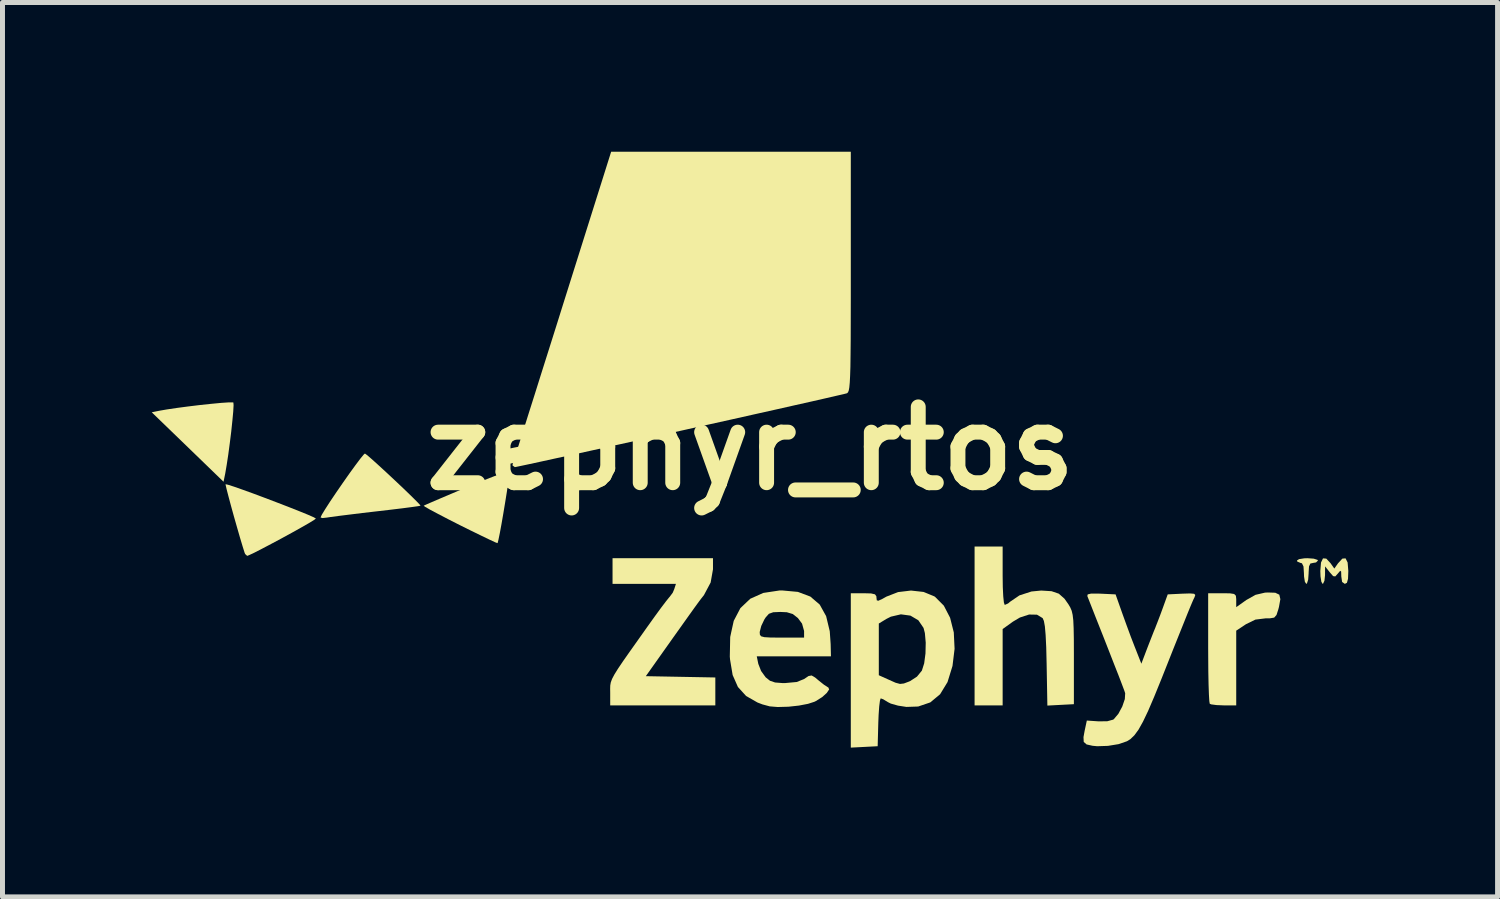
<source format=kicad_pcb>
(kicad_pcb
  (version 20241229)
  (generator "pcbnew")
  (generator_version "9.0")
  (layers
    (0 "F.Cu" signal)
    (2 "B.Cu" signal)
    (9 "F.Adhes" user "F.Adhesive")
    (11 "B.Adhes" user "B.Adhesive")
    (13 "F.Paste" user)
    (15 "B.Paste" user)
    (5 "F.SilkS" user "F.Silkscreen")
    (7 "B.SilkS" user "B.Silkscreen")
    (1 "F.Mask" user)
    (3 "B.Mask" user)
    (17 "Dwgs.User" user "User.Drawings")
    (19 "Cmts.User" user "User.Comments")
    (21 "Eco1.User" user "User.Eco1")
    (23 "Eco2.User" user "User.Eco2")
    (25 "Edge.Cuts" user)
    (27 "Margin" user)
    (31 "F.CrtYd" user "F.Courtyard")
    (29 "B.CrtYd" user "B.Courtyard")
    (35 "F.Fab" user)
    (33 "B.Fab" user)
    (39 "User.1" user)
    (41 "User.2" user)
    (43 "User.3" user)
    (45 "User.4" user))
  (footprint "zephyr_rtos"
    (layer "F.Cu")
    (at 12.032 5.963)
    (property "Reference" "zephyr_rtos" (at 0 0 0) (layer "F.SilkS") (effects (font (size 1.524 1.524) (thickness 0.3))))
    (attr board_only exclude_from_pos_files exclude_from_bom)
    (fp_poly (pts (xy -10.391 -0.922) (xy -10.387 -0.869) (xy -10.394 -0.741) (xy -10.411 -0.559) (xy -10.434 -0.341) (xy -10.463 -0.107) (xy -10.494 0.125) (xy -10.526 0.335) (xy -10.555 0.505) (xy -10.559 0.525) (xy -10.589 0.67) (xy -11.31 -0.028) (xy -12.032 -0.726) (xy -11.885 -0.756) (xy -11.731 -0.783) (xy -11.53 -0.813) (xy -11.302 -0.843) (xy -11.064 -0.872) (xy -10.836 -0.896) (xy -10.637 -0.915) (xy -10.486 -0.925) (xy -10.401 -0.925)) (stroke (width 0) (type solid)) (fill yes) (layer "F.SilkS"))
    (fp_poly (pts (xy 11.324 2.216) (xy 11.399 2.24) (xy 11.409 2.254) (xy 11.37 2.292) (xy 11.315 2.301) (xy 11.256 2.314) (xy 11.229 2.372) (xy 11.221 2.497) (xy 11.221 2.512) (xy 11.212 2.638) (xy 11.188 2.713) (xy 11.174 2.723) (xy 11.146 2.681) (xy 11.129 2.575) (xy 11.127 2.512) (xy 11.118 2.373) (xy 11.087 2.309) (xy 11.057 2.301) (xy 10.994 2.275) (xy 10.986 2.254) (xy 11.028 2.226) (xy 11.134 2.209) (xy 11.198 2.207)) (stroke (width 0) (type solid)) (fill yes) (layer "F.SilkS"))
    (fp_poly (pts (xy -4.845 0.49) (xy -4.845 0.49) (xy -4.849 0.551) (xy -4.866 0.683) (xy -4.893 0.865) (xy -4.927 1.077) (xy -4.964 1.3) (xy -5.001 1.514) (xy -5.035 1.699) (xy -5.063 1.835) (xy -5.08 1.901) (xy -5.082 1.904) (xy -5.126 1.888) (xy -5.24 1.835) (xy -5.41 1.753) (xy -5.623 1.649) (xy -5.839 1.542) (xy -6.077 1.421) (xy -6.282 1.314) (xy -6.44 1.23) (xy -6.539 1.173) (xy -6.566 1.152) (xy -6.52 1.13) (xy -6.4 1.078) (xy -6.221 1.001) (xy -5.995 0.905) (xy -5.737 0.796) (xy -5.704 0.782) (xy -5.385 0.651) (xy -5.146 0.558) (xy -4.979 0.501) (xy -4.881 0.479)) (stroke (width 0) (type solid)) (fill yes) (layer "F.SilkS"))
    (fp_poly (pts (xy 12.005 2.293) (xy 12.019 2.463) (xy 12.019 2.465) (xy 12.013 2.621) (xy 11.991 2.701) (xy 11.949 2.723) (xy 11.894 2.684) (xy 11.878 2.573) (xy 11.875 2.475) (xy 11.856 2.46) (xy 11.809 2.515) (xy 11.757 2.573) (xy 11.714 2.567) (xy 11.648 2.492) (xy 11.645 2.488) (xy 11.552 2.371) (xy 11.551 2.547) (xy 11.539 2.66) (xy 11.511 2.72) (xy 11.503 2.723) (xy 11.477 2.681) (xy 11.46 2.571) (xy 11.456 2.465) (xy 11.47 2.294) (xy 11.51 2.21) (xy 11.576 2.215) (xy 11.664 2.31) (xy 11.664 2.311) (xy 11.738 2.415) (xy 11.811 2.311) (xy 11.899 2.215) (xy 11.964 2.21)) (stroke (width 0) (type solid)) (fill yes) (layer "F.SilkS"))
    (fp_poly (pts (xy -10.5 0.73) (xy -10.381 0.768) (xy -10.207 0.829) (xy -9.994 0.906) (xy -9.756 0.995) (xy -9.512 1.088) (xy -9.276 1.179) (xy -9.064 1.263) (xy -8.892 1.333) (xy -8.776 1.384) (xy -8.733 1.409) (xy -8.733 1.41) (xy -8.772 1.44) (xy -8.877 1.504) (xy -9.033 1.593) (xy -9.221 1.698) (xy -9.426 1.81) (xy -9.632 1.92) (xy -9.82 2.019) (xy -9.974 2.098) (xy -10.079 2.147) (xy -10.114 2.16) (xy -10.154 2.123) (xy -10.164 2.101) (xy -10.204 1.974) (xy -10.257 1.797) (xy -10.317 1.589) (xy -10.38 1.368) (xy -10.439 1.154) (xy -10.49 0.964) (xy -10.528 0.817) (xy -10.547 0.733) (xy -10.548 0.72)) (stroke (width 0) (type solid)) (fill yes) (layer "F.SilkS"))
    (fp_poly (pts (xy -7.699 0.138) (xy -7.6 0.224) (xy -7.465 0.346) (xy -7.305 0.493) (xy -7.137 0.65) (xy -6.972 0.806) (xy -6.826 0.947) (xy -6.712 1.06) (xy -6.643 1.132) (xy -6.63 1.152) (xy -6.678 1.161) (xy -6.806 1.179) (xy -6.997 1.204) (xy -7.237 1.233) (xy -7.511 1.265) (xy -7.512 1.265) (xy -7.796 1.298) (xy -8.056 1.33) (xy -8.274 1.357) (xy -8.432 1.378) (xy -8.51 1.39) (xy -8.602 1.4) (xy -8.639 1.388) (xy -8.614 1.333) (xy -8.545 1.22) (xy -8.445 1.065) (xy -8.323 0.884) (xy -8.19 0.691) (xy -8.058 0.503) (xy -7.936 0.335) (xy -7.836 0.202) (xy -7.769 0.121) (xy -7.747 0.103)) (stroke (width 0) (type solid)) (fill yes) (layer "F.SilkS"))
    (fp_poly (pts (xy 10.551 2.901) (xy 10.632 2.94) (xy 10.653 3.03) (xy 10.625 3.186) (xy 10.613 3.232) (xy 10.576 3.347) (xy 10.529 3.401) (xy 10.437 3.416) (xy 10.354 3.416) (xy 10.151 3.441) (xy 9.959 3.535) (xy 9.955 3.538) (xy 9.766 3.663) (xy 9.766 5.165) (xy 9.515 5.165) (xy 9.369 5.159) (xy 9.264 5.145) (xy 9.234 5.133) (xy 9.225 5.079) (xy 9.217 4.945) (xy 9.21 4.744) (xy 9.205 4.489) (xy 9.203 4.195) (xy 9.202 4.006) (xy 9.202 2.911) (xy 9.484 2.911) (xy 9.64 2.913) (xy 9.724 2.926) (xy 9.759 2.961) (xy 9.766 3.029) (xy 9.766 3.051) (xy 9.766 3.191) (xy 9.969 3.047) (xy 10.154 2.943) (xy 10.343 2.899) (xy 10.402 2.896)) (stroke (width 0) (type solid)) (fill yes) (layer "F.SilkS"))
    (fp_poly (pts (xy -0.751 2.43) (xy -0.798 2.695) (xy -0.933 2.949) (xy -0.989 3.02) (xy -1.03 3.074) (xy -1.116 3.192) (xy -1.237 3.361) (xy -1.385 3.569) (xy -1.551 3.802) (xy -1.568 3.826) (xy -2.101 4.578) (xy -1.403 4.591) (xy -0.704 4.604) (xy -0.704 5.165) (xy -2.817 5.165) (xy -2.817 4.906) (xy -2.818 4.828) (xy -2.816 4.764) (xy -2.805 4.702) (xy -2.78 4.634) (xy -2.735 4.548) (xy -2.664 4.433) (xy -2.561 4.28) (xy -2.42 4.079) (xy -2.235 3.818) (xy -2.075 3.592) (xy -1.93 3.389) (xy -1.8 3.211) (xy -1.697 3.075) (xy -1.632 2.994) (xy -1.62 2.981) (xy -1.56 2.9) (xy -1.53 2.829) (xy -1.496 2.723) (xy -2.77 2.723) (xy -2.77 2.207) (xy -0.751 2.207)) (stroke (width 0) (type solid)) (fill yes) (layer "F.SilkS"))
    (fp_poly (pts (xy 5.071 2.559) (xy 5.074 2.787) (xy 5.083 2.972) (xy 5.096 3.097) (xy 5.113 3.146) (xy 5.114 3.146) (xy 5.181 3.116) (xy 5.222 3.081) (xy 5.409 2.954) (xy 5.65 2.876) (xy 5.846 2.857) (xy 6.054 2.87) (xy 6.2 2.92) (xy 6.314 3.021) (xy 6.393 3.133) (xy 6.431 3.198) (xy 6.459 3.264) (xy 6.478 3.346) (xy 6.491 3.457) (xy 6.498 3.614) (xy 6.502 3.831) (xy 6.503 4.122) (xy 6.503 4.226) (xy 6.503 5.141) (xy 6.236 5.155) (xy 5.97 5.169) (xy 5.955 4.329) (xy 5.947 3.998) (xy 5.935 3.751) (xy 5.92 3.578) (xy 5.9 3.468) (xy 5.875 3.411) (xy 5.761 3.342) (xy 5.602 3.339) (xy 5.418 3.399) (xy 5.278 3.482) (xy 5.071 3.631) (xy 5.071 5.165) (xy 4.507 5.165) (xy 4.507 1.972) (xy 5.071 1.972)) (stroke (width 0) (type solid)) (fill yes) (layer "F.SilkS"))
    (fp_poly (pts (xy 2.019 -3.548) (xy 2.019 -3.009) (xy 2.018 -2.556) (xy 2.017 -2.182) (xy 2.014 -1.879) (xy 2.011 -1.639) (xy 2.005 -1.456) (xy 1.998 -1.321) (xy 1.989 -1.226) (xy 1.978 -1.165) (xy 1.964 -1.13) (xy 1.948 -1.112) (xy 1.937 -1.107) (xy 1.87 -1.09) (xy 1.721 -1.056) (xy 1.501 -1.005) (xy 1.216 -0.94) (xy 0.877 -0.864) (xy 0.492 -0.777) (xy 0.071 -0.683) (xy -0.379 -0.582) (xy -0.848 -0.478) (xy -1.327 -0.371) (xy -1.807 -0.264) (xy -2.28 -0.159) (xy -2.736 -0.058) (xy -3.167 0.037) (xy -3.563 0.124) (xy -3.917 0.201) (xy -4.218 0.267) (xy -4.458 0.319) (xy -4.628 0.355) (xy -4.72 0.374) (xy -4.733 0.376) (xy -4.78 0.344) (xy -4.778 0.317) (xy -4.761 0.263) (xy -4.718 0.128) (xy -4.651 -0.083) (xy -4.563 -0.361) (xy -4.457 -0.699) (xy -4.333 -1.09) (xy -4.196 -1.526) (xy -4.046 -2) (xy -3.887 -2.504) (xy -3.778 -2.852) (xy -2.798 -5.963) (xy 2.019 -5.963)) (stroke (width 0) (type solid)) (fill yes) (layer "F.SilkS"))
    (fp_poly (pts (xy 3.482 2.885) (xy 3.696 2.973) (xy 3.714 2.985) (xy 3.889 3.161) (xy 4.015 3.404) (xy 4.089 3.698) (xy 4.105 4.028) (xy 4.063 4.373) (xy 3.963 4.697) (xy 3.814 4.941) (xy 3.617 5.105) (xy 3.373 5.188) (xy 3.137 5.196) (xy 2.968 5.17) (xy 2.823 5.129) (xy 2.763 5.099) (xy 2.672 5.043) (xy 2.62 5.024) (xy 2.605 5.067) (xy 2.59 5.185) (xy 2.578 5.358) (xy 2.572 5.505) (xy 2.559 5.986) (xy 2.289 6) (xy 2.019 6.014) (xy 2.019 4.559) (xy 2.582 4.559) (xy 2.782 4.649) (xy 2.919 4.71) (xy 3.008 4.734) (xy 3.086 4.725) (xy 3.192 4.685) (xy 3.214 4.675) (xy 3.349 4.587) (xy 3.448 4.466) (xy 3.448 4.465) (xy 3.494 4.32) (xy 3.52 4.121) (xy 3.525 3.905) (xy 3.508 3.712) (xy 3.481 3.608) (xy 3.376 3.454) (xy 3.218 3.361) (xy 3.026 3.335) (xy 2.824 3.382) (xy 2.735 3.427) (xy 2.582 3.52) (xy 2.582 4.559) (xy 2.019 4.559) (xy 2.019 2.911) (xy 2.277 2.911) (xy 2.427 2.915) (xy 2.505 2.933) (xy 2.533 2.972) (xy 2.535 3.002) (xy 2.541 3.053) (xy 2.572 3.062) (xy 2.649 3.027) (xy 2.735 2.979) (xy 2.969 2.888) (xy 3.229 2.857)) (stroke (width 0) (type solid)) (fill yes) (layer "F.SilkS"))
    (fp_poly (pts (xy 8.92 2.922) (xy 8.943 2.946) (xy 8.928 2.991) (xy 8.908 3.031) (xy 8.881 3.093) (xy 8.842 3.185) (xy 8.788 3.317) (xy 8.716 3.497) (xy 8.621 3.733) (xy 8.5 4.035) (xy 8.351 4.411) (xy 8.266 4.625) (xy 8.118 4.989) (xy 7.996 5.274) (xy 7.892 5.492) (xy 7.802 5.653) (xy 7.719 5.766) (xy 7.638 5.844) (xy 7.57 5.886) (xy 7.402 5.944) (xy 7.187 5.979) (xy 6.971 5.986) (xy 6.878 5.977) (xy 6.758 5.95) (xy 6.701 5.9) (xy 6.696 5.803) (xy 6.718 5.681) (xy 6.763 5.47) (xy 6.998 5.486) (xy 7.174 5.484) (xy 7.291 5.452) (xy 7.306 5.442) (xy 7.397 5.334) (xy 7.476 5.187) (xy 7.527 5.038) (xy 7.534 4.923) (xy 7.532 4.915) (xy 7.519 4.875) (xy 7.494 4.808) (xy 7.455 4.705) (xy 7.399 4.559) (xy 7.322 4.364) (xy 7.223 4.11) (xy 7.098 3.791) (xy 6.943 3.4) (xy 6.773 2.967) (xy 6.781 2.934) (xy 6.849 2.918) (xy 6.992 2.918) (xy 7.045 2.92) (xy 7.341 2.934) (xy 7.474 3.31) (xy 7.557 3.54) (xy 7.648 3.787) (xy 7.73 3.999) (xy 7.733 4.006) (xy 7.859 4.327) (xy 7.981 4.006) (xy 8.048 3.834) (xy 8.106 3.686) (xy 8.144 3.594) (xy 8.144 3.592) (xy 8.181 3.498) (xy 8.237 3.352) (xy 8.287 3.216) (xy 8.389 2.934) (xy 8.68 2.92) (xy 8.838 2.915)) (stroke (width 0) (type solid)) (fill yes) (layer "F.SilkS"))
    (fp_poly (pts (xy 0.956 2.884) (xy 1.206 2.978) (xy 1.394 3.139) (xy 1.523 3.371) (xy 1.596 3.675) (xy 1.614 3.932) (xy 1.62 4.179) (xy 0.874 4.179) (xy 0.129 4.179) (xy 0.16 4.331) (xy 0.216 4.474) (xy 0.307 4.6) (xy 0.394 4.67) (xy 0.497 4.705) (xy 0.651 4.717) (xy 0.693 4.717) (xy 0.932 4.695) (xy 1.079 4.636) (xy 1.17 4.575) (xy 1.232 4.564) (xy 1.302 4.605) (xy 1.378 4.669) (xy 1.48 4.75) (xy 1.557 4.8) (xy 1.566 4.803) (xy 1.584 4.844) (xy 1.537 4.914) (xy 1.444 4.998) (xy 1.319 5.077) (xy 1.286 5.093) (xy 1.159 5.134) (xy 0.976 5.169) (xy 0.775 5.191) (xy 0.762 5.192) (xy 0.549 5.198) (xy 0.39 5.185) (xy 0.242 5.145) (xy 0.143 5.107) (xy -0.086 4.976) (xy -0.25 4.795) (xy -0.356 4.555) (xy -0.408 4.244) (xy -0.413 4.185) (xy -0.405 3.791) (xy -0.385 3.697) (xy 0.188 3.697) (xy 0.192 3.746) (xy 0.218 3.777) (xy 0.282 3.794) (xy 0.402 3.801) (xy 0.595 3.803) (xy 0.634 3.803) (xy 1.08 3.803) (xy 1.08 3.669) (xy 1.039 3.522) (xy 0.956 3.41) (xy 0.853 3.329) (xy 0.733 3.293) (xy 0.603 3.287) (xy 0.46 3.293) (xy 0.373 3.324) (xy 0.308 3.397) (xy 0.281 3.439) (xy 0.219 3.569) (xy 0.189 3.685) (xy 0.188 3.697) (xy -0.385 3.697) (xy -0.334 3.466) (xy -0.2 3.21) (xy -0.002 3.022) (xy 0.259 2.905) (xy 0.583 2.856) (xy 0.641 2.855)) (stroke (width 0) (type solid)) (fill yes) (layer "F.SilkS")))
  (gr_rect
    (start -3 -3)
    (end 27.051 14.977)
    (stroke (width 0.1) (type default))
    (fill no)
    (layer "Edge.Cuts")))
</source>
